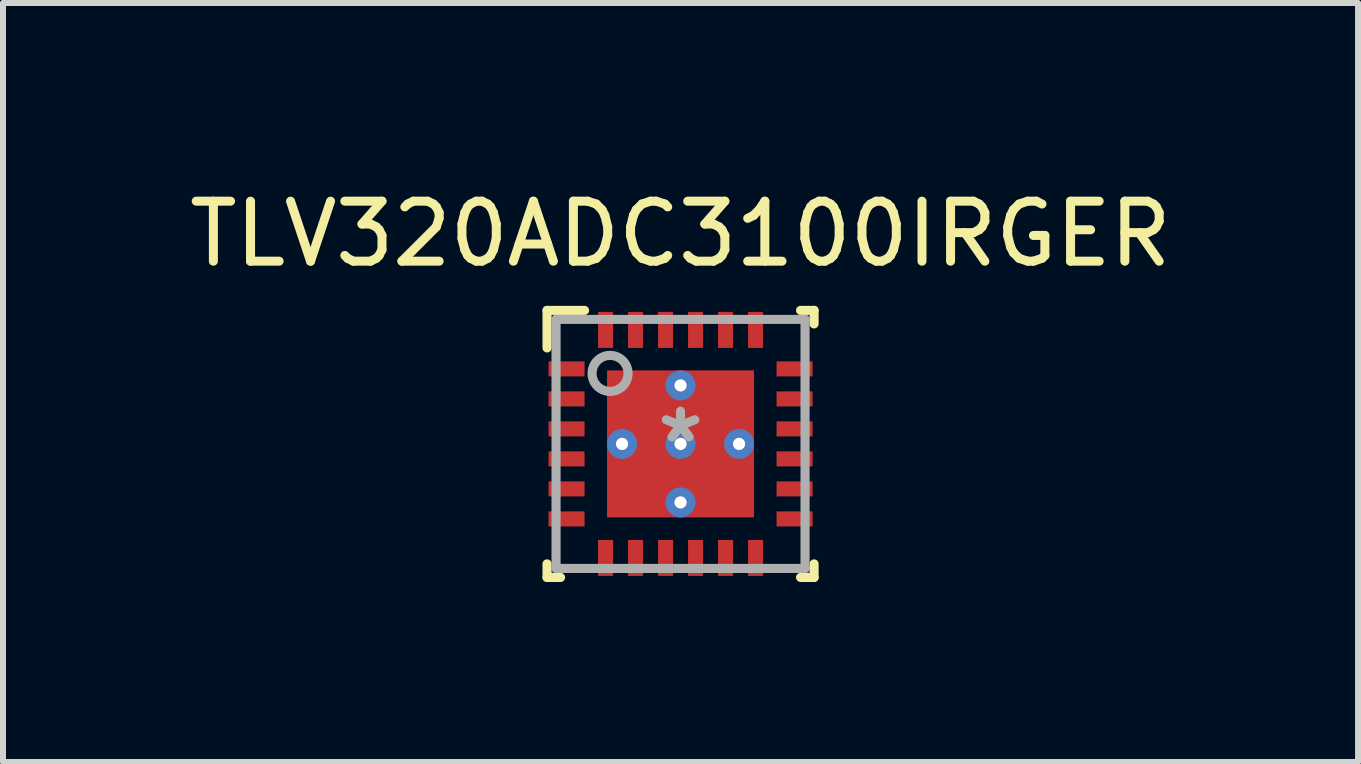
<source format=kicad_pcb>
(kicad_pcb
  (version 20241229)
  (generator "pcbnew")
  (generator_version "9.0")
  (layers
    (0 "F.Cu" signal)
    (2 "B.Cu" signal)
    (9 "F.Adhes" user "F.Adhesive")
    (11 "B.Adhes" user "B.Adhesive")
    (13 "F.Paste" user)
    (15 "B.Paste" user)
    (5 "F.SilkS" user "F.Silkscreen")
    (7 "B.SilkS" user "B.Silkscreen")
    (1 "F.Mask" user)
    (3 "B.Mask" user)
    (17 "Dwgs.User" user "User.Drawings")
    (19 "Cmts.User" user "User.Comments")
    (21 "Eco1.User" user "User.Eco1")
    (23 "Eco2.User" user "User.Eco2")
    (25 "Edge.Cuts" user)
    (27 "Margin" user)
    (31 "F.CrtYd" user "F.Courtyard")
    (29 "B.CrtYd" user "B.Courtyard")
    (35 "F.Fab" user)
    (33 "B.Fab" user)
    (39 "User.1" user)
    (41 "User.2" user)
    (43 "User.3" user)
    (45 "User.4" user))
  (footprint "TLV320ADC3100IRGER"
    (layer "F.Cu")
    (at 8.292 4.348)
    (property "Reference" "TLV320ADC3100IRGER" (at 0 -3.5 0) (layer "F.SilkS") (effects (font (size 1 1) (thickness 0.15))))
    (attr through_hole)
    (fp_line (start -2.225 -2.225) (end -1.6 -2.225) (stroke (width 0.152) (type solid)) (layer "F.SilkS"))
    (fp_line (start -2.225 -1.6) (end -2.225 -2.225) (stroke (width 0.152) (type solid)) (layer "F.SilkS"))
    (fp_line (start -2.225 2.225) (end -2.225 2) (stroke (width 0.152) (type solid)) (layer "F.SilkS"))
    (fp_line (start -2.225 2.225) (end -2 2.225) (stroke (width 0.152) (type solid)) (layer "F.SilkS"))
    (fp_line (start 2 -2.225) (end 2.225 -2.225) (stroke (width 0.152) (type solid)) (layer "F.SilkS"))
    (fp_line (start 2 2.225) (end 2.225 2.225) (stroke (width 0.152) (type solid)) (layer "F.SilkS"))
    (fp_line (start 2.225 -2) (end 2.225 -2.225) (stroke (width 0.152) (type solid)) (layer "F.SilkS"))
    (fp_line (start 2.225 2.225) (end 2.225 2) (stroke (width 0.152) (type solid)) (layer "F.SilkS"))
    (fp_line (start -1.18 -1.131) (end -1.179 -1.141) (stroke (width 0.152) (type solid)) (layer "F.Paste"))
    (fp_line (start -1.18 -0.149) (end -1.18 -1.131) (stroke (width 0.152) (type solid)) (layer "F.Paste"))
    (fp_line (start -1.18 0.149) (end -1.179 0.139) (stroke (width 0.152) (type solid)) (layer "F.Paste"))
    (fp_line (start -1.18 1.131) (end -1.18 0.149) (stroke (width 0.152) (type solid)) (layer "F.Paste"))
    (fp_line (start -1.179 -1.141) (end -1.176 -1.15) (stroke (width 0.152) (type solid)) (layer "F.Paste"))
    (fp_line (start -1.179 -0.139) (end -1.18 -0.149) (stroke (width 0.152) (type solid)) (layer "F.Paste"))
    (fp_line (start -1.179 0.139) (end -1.176 0.13) (stroke (width 0.152) (type solid)) (layer "F.Paste"))
    (fp_line (start -1.179 1.141) (end -1.18 1.131) (stroke (width 0.152) (type solid)) (layer "F.Paste"))
    (fp_line (start -1.176 -1.15) (end -1.172 -1.158) (stroke (width 0.152) (type solid)) (layer "F.Paste"))
    (fp_line (start -1.176 -0.13) (end -1.179 -0.139) (stroke (width 0.152) (type solid)) (layer "F.Paste"))
    (fp_line (start -1.176 0.13) (end -1.172 0.122) (stroke (width 0.152) (type solid)) (layer "F.Paste"))
    (fp_line (start -1.176 1.15) (end -1.179 1.141) (stroke (width 0.152) (type solid)) (layer "F.Paste"))
    (fp_line (start -1.172 -1.158) (end -1.166 -1.166) (stroke (width 0.152) (type solid)) (layer "F.Paste"))
    (fp_line (start -1.172 -0.122) (end -1.176 -0.13) (stroke (width 0.152) (type solid)) (layer "F.Paste"))
    (fp_line (start -1.172 0.122) (end -1.166 0.114) (stroke (width 0.152) (type solid)) (layer "F.Paste"))
    (fp_line (start -1.172 1.158) (end -1.176 1.15) (stroke (width 0.152) (type solid)) (layer "F.Paste"))
    (fp_line (start -1.166 -1.166) (end -1.158 -1.172) (stroke (width 0.152) (type solid)) (layer "F.Paste"))
    (fp_line (start -1.166 -0.114) (end -1.172 -0.122) (stroke (width 0.152) (type solid)) (layer "F.Paste"))
    (fp_line (start -1.166 0.114) (end -1.158 0.108) (stroke (width 0.152) (type solid)) (layer "F.Paste"))
    (fp_line (start -1.166 1.166) (end -1.172 1.158) (stroke (width 0.152) (type solid)) (layer "F.Paste"))
    (fp_line (start -1.158 -1.172) (end -1.15 -1.176) (stroke (width 0.152) (type solid)) (layer "F.Paste"))
    (fp_line (start -1.158 -0.108) (end -1.166 -0.114) (stroke (width 0.152) (type solid)) (layer "F.Paste"))
    (fp_line (start -1.158 0.108) (end -1.15 0.104) (stroke (width 0.152) (type solid)) (layer "F.Paste"))
    (fp_line (start -1.158 1.172) (end -1.166 1.166) (stroke (width 0.152) (type solid)) (layer "F.Paste"))
    (fp_line (start -1.15 -1.176) (end -1.141 -1.179) (stroke (width 0.152) (type solid)) (layer "F.Paste"))
    (fp_line (start -1.15 -0.104) (end -1.158 -0.108) (stroke (width 0.152) (type solid)) (layer "F.Paste"))
    (fp_line (start -1.15 0.104) (end -1.141 0.101) (stroke (width 0.152) (type solid)) (layer "F.Paste"))
    (fp_line (start -1.15 1.176) (end -1.158 1.172) (stroke (width 0.152) (type solid)) (layer "F.Paste"))
    (fp_line (start -1.141 -1.179) (end -1.131 -1.18) (stroke (width 0.152) (type solid)) (layer "F.Paste"))
    (fp_line (start -1.141 -0.101) (end -1.15 -0.104) (stroke (width 0.152) (type solid)) (layer "F.Paste"))
    (fp_line (start -1.141 0.101) (end -1.131 0.1) (stroke (width 0.152) (type solid)) (layer "F.Paste"))
    (fp_line (start -1.141 1.179) (end -1.15 1.176) (stroke (width 0.152) (type solid)) (layer "F.Paste"))
    (fp_line (start -1.131 -1.18) (end -0.149 -1.18) (stroke (width 0.152) (type solid)) (layer "F.Paste"))
    (fp_line (start -1.131 -0.1) (end -1.141 -0.101) (stroke (width 0.152) (type solid)) (layer "F.Paste"))
    (fp_line (start -1.131 0.1) (end -0.149 0.1) (stroke (width 0.152) (type solid)) (layer "F.Paste"))
    (fp_line (start -1.131 1.18) (end -1.141 1.179) (stroke (width 0.152) (type solid)) (layer "F.Paste"))
    (fp_line (start -0.149 -1.18) (end -0.139 -1.179) (stroke (width 0.152) (type solid)) (layer "F.Paste"))
    (fp_line (start -0.149 -0.1) (end -1.131 -0.1) (stroke (width 0.152) (type solid)) (layer "F.Paste"))
    (fp_line (start -0.149 0.1) (end -0.139 0.101) (stroke (width 0.152) (type solid)) (layer "F.Paste"))
    (fp_line (start -0.149 1.18) (end -1.131 1.18) (stroke (width 0.152) (type solid)) (layer "F.Paste"))
    (fp_line (start -0.139 -1.179) (end -0.13 -1.176) (stroke (width 0.152) (type solid)) (layer "F.Paste"))
    (fp_line (start -0.139 -0.101) (end -0.149 -0.1) (stroke (width 0.152) (type solid)) (layer "F.Paste"))
    (fp_line (start -0.139 0.101) (end -0.13 0.104) (stroke (width 0.152) (type solid)) (layer "F.Paste"))
    (fp_line (start -0.139 1.179) (end -0.149 1.18) (stroke (width 0.152) (type solid)) (layer "F.Paste"))
    (fp_line (start -0.13 -1.176) (end -0.122 -1.172) (stroke (width 0.152) (type solid)) (layer "F.Paste"))
    (fp_line (start -0.13 -0.104) (end -0.139 -0.101) (stroke (width 0.152) (type solid)) (layer "F.Paste"))
    (fp_line (start -0.13 0.104) (end -0.122 0.108) (stroke (width 0.152) (type solid)) (layer "F.Paste"))
    (fp_line (start -0.13 1.176) (end -0.139 1.179) (stroke (width 0.152) (type solid)) (layer "F.Paste"))
    (fp_line (start -0.122 -1.172) (end -0.114 -1.166) (stroke (width 0.152) (type solid)) (layer "F.Paste"))
    (fp_line (start -0.122 -0.108) (end -0.13 -0.104) (stroke (width 0.152) (type solid)) (layer "F.Paste"))
    (fp_line (start -0.122 0.108) (end -0.114 0.114) (stroke (width 0.152) (type solid)) (layer "F.Paste"))
    (fp_line (start -0.122 1.172) (end -0.13 1.176) (stroke (width 0.152) (type solid)) (layer "F.Paste"))
    (fp_line (start -0.114 -1.166) (end -0.108 -1.158) (stroke (width 0.152) (type solid)) (layer "F.Paste"))
    (fp_line (start -0.114 -0.114) (end -0.122 -0.108) (stroke (width 0.152) (type solid)) (layer "F.Paste"))
    (fp_line (start -0.114 0.114) (end -0.108 0.122) (stroke (width 0.152) (type solid)) (layer "F.Paste"))
    (fp_line (start -0.114 1.166) (end -0.122 1.172) (stroke (width 0.152) (type solid)) (layer "F.Paste"))
    (fp_line (start -0.108 -1.158) (end -0.104 -1.15) (stroke (width 0.152) (type solid)) (layer "F.Paste"))
    (fp_line (start -0.108 -0.122) (end -0.114 -0.114) (stroke (width 0.152) (type solid)) (layer "F.Paste"))
    (fp_line (start -0.108 0.122) (end -0.104 0.13) (stroke (width 0.152) (type solid)) (layer "F.Paste"))
    (fp_line (start -0.108 1.158) (end -0.114 1.166) (stroke (width 0.152) (type solid)) (layer "F.Paste"))
    (fp_line (start -0.104 -1.15) (end -0.101 -1.141) (stroke (width 0.152) (type solid)) (layer "F.Paste"))
    (fp_line (start -0.104 -0.13) (end -0.108 -0.122) (stroke (width 0.152) (type solid)) (layer "F.Paste"))
    (fp_line (start -0.104 0.13) (end -0.101 0.139) (stroke (width 0.152) (type solid)) (layer "F.Paste"))
    (fp_line (start -0.104 1.15) (end -0.108 1.158) (stroke (width 0.152) (type solid)) (layer "F.Paste"))
    (fp_line (start -0.101 -1.141) (end -0.1 -1.131) (stroke (width 0.152) (type solid)) (layer "F.Paste"))
    (fp_line (start -0.101 -0.139) (end -0.104 -0.13) (stroke (width 0.152) (type solid)) (layer "F.Paste"))
    (fp_line (start -0.101 0.139) (end -0.1 0.149) (stroke (width 0.152) (type solid)) (layer "F.Paste"))
    (fp_line (start -0.101 1.141) (end -0.104 1.15) (stroke (width 0.152) (type solid)) (layer "F.Paste"))
    (fp_line (start -0.1 -1.131) (end -0.1 -0.149) (stroke (width 0.152) (type solid)) (layer "F.Paste"))
    (fp_line (start -0.1 -0.149) (end -0.101 -0.139) (stroke (width 0.152) (type solid)) (layer "F.Paste"))
    (fp_line (start -0.1 0.149) (end -0.1 1.131) (stroke (width 0.152) (type solid)) (layer "F.Paste"))
    (fp_line (start -0.1 1.131) (end -0.101 1.141) (stroke (width 0.152) (type solid)) (layer "F.Paste"))
    (fp_line (start 0.1 -1.131) (end 0.101 -1.141) (stroke (width 0.152) (type solid)) (layer "F.Paste"))
    (fp_line (start 0.1 -0.149) (end 0.1 -1.131) (stroke (width 0.152) (type solid)) (layer "F.Paste"))
    (fp_line (start 0.1 0.149) (end 0.101 0.139) (stroke (width 0.152) (type solid)) (layer "F.Paste"))
    (fp_line (start 0.1 1.131) (end 0.1 0.149) (stroke (width 0.152) (type solid)) (layer "F.Paste"))
    (fp_line (start 0.101 -1.141) (end 0.104 -1.15) (stroke (width 0.152) (type solid)) (layer "F.Paste"))
    (fp_line (start 0.101 -0.139) (end 0.1 -0.149) (stroke (width 0.152) (type solid)) (layer "F.Paste"))
    (fp_line (start 0.101 0.139) (end 0.104 0.13) (stroke (width 0.152) (type solid)) (layer "F.Paste"))
    (fp_line (start 0.101 1.141) (end 0.1 1.131) (stroke (width 0.152) (type solid)) (layer "F.Paste"))
    (fp_line (start 0.104 -1.15) (end 0.108 -1.158) (stroke (width 0.152) (type solid)) (layer "F.Paste"))
    (fp_line (start 0.104 -0.13) (end 0.101 -0.139) (stroke (width 0.152) (type solid)) (layer "F.Paste"))
    (fp_line (start 0.104 0.13) (end 0.108 0.122) (stroke (width 0.152) (type solid)) (layer "F.Paste"))
    (fp_line (start 0.104 1.15) (end 0.101 1.141) (stroke (width 0.152) (type solid)) (layer "F.Paste"))
    (fp_line (start 0.108 -1.158) (end 0.114 -1.166) (stroke (width 0.152) (type solid)) (layer "F.Paste"))
    (fp_line (start 0.108 -0.122) (end 0.104 -0.13) (stroke (width 0.152) (type solid)) (layer "F.Paste"))
    (fp_line (start 0.108 0.122) (end 0.114 0.114) (stroke (width 0.152) (type solid)) (layer "F.Paste"))
    (fp_line (start 0.108 1.158) (end 0.104 1.15) (stroke (width 0.152) (type solid)) (layer "F.Paste"))
    (fp_line (start 0.114 -1.166) (end 0.122 -1.172) (stroke (width 0.152) (type solid)) (layer "F.Paste"))
    (fp_line (start 0.114 -0.114) (end 0.108 -0.122) (stroke (width 0.152) (type solid)) (layer "F.Paste"))
    (fp_line (start 0.114 0.114) (end 0.122 0.108) (stroke (width 0.152) (type solid)) (layer "F.Paste"))
    (fp_line (start 0.114 1.166) (end 0.108 1.158) (stroke (width 0.152) (type solid)) (layer "F.Paste"))
    (fp_line (start 0.122 -1.172) (end 0.13 -1.176) (stroke (width 0.152) (type solid)) (layer "F.Paste"))
    (fp_line (start 0.122 -0.108) (end 0.114 -0.114) (stroke (width 0.152) (type solid)) (layer "F.Paste"))
    (fp_line (start 0.122 0.108) (end 0.13 0.104) (stroke (width 0.152) (type solid)) (layer "F.Paste"))
    (fp_line (start 0.122 1.172) (end 0.114 1.166) (stroke (width 0.152) (type solid)) (layer "F.Paste"))
    (fp_line (start 0.13 -1.176) (end 0.139 -1.179) (stroke (width 0.152) (type solid)) (layer "F.Paste"))
    (fp_line (start 0.13 -0.104) (end 0.122 -0.108) (stroke (width 0.152) (type solid)) (layer "F.Paste"))
    (fp_line (start 0.13 0.104) (end 0.139 0.101) (stroke (width 0.152) (type solid)) (layer "F.Paste"))
    (fp_line (start 0.13 1.176) (end 0.122 1.172) (stroke (width 0.152) (type solid)) (layer "F.Paste"))
    (fp_line (start 0.139 -1.179) (end 0.149 -1.18) (stroke (width 0.152) (type solid)) (layer "F.Paste"))
    (fp_line (start 0.139 -0.101) (end 0.13 -0.104) (stroke (width 0.152) (type solid)) (layer "F.Paste"))
    (fp_line (start 0.139 0.101) (end 0.149 0.1) (stroke (width 0.152) (type solid)) (layer "F.Paste"))
    (fp_line (start 0.139 1.179) (end 0.13 1.176) (stroke (width 0.152) (type solid)) (layer "F.Paste"))
    (fp_line (start 0.149 -1.18) (end 1.131 -1.18) (stroke (width 0.152) (type solid)) (layer "F.Paste"))
    (fp_line (start 0.149 -0.1) (end 0.139 -0.101) (stroke (width 0.152) (type solid)) (layer "F.Paste"))
    (fp_line (start 0.149 0.1) (end 1.131 0.1) (stroke (width 0.152) (type solid)) (layer "F.Paste"))
    (fp_line (start 0.149 1.18) (end 0.139 1.179) (stroke (width 0.152) (type solid)) (layer "F.Paste"))
    (fp_line (start 1.131 -1.18) (end 1.141 -1.179) (stroke (width 0.152) (type solid)) (layer "F.Paste"))
    (fp_line (start 1.131 -0.1) (end 0.149 -0.1) (stroke (width 0.152) (type solid)) (layer "F.Paste"))
    (fp_line (start 1.131 0.1) (end 1.141 0.101) (stroke (width 0.152) (type solid)) (layer "F.Paste"))
    (fp_line (start 1.131 1.18) (end 0.149 1.18) (stroke (width 0.152) (type solid)) (layer "F.Paste"))
    (fp_line (start 1.141 -1.179) (end 1.15 -1.176) (stroke (width 0.152) (type solid)) (layer "F.Paste"))
    (fp_line (start 1.141 -0.101) (end 1.131 -0.1) (stroke (width 0.152) (type solid)) (layer "F.Paste"))
    (fp_line (start 1.141 0.101) (end 1.15 0.104) (stroke (width 0.152) (type solid)) (layer "F.Paste"))
    (fp_line (start 1.141 1.179) (end 1.131 1.18) (stroke (width 0.152) (type solid)) (layer "F.Paste"))
    (fp_line (start 1.15 -1.176) (end 1.158 -1.172) (stroke (width 0.152) (type solid)) (layer "F.Paste"))
    (fp_line (start 1.15 -0.104) (end 1.141 -0.101) (stroke (width 0.152) (type solid)) (layer "F.Paste"))
    (fp_line (start 1.15 0.104) (end 1.158 0.108) (stroke (width 0.152) (type solid)) (layer "F.Paste"))
    (fp_line (start 1.15 1.176) (end 1.141 1.179) (stroke (width 0.152) (type solid)) (layer "F.Paste"))
    (fp_line (start 1.158 -1.172) (end 1.166 -1.166) (stroke (width 0.152) (type solid)) (layer "F.Paste"))
    (fp_line (start 1.158 -0.108) (end 1.15 -0.104) (stroke (width 0.152) (type solid)) (layer "F.Paste"))
    (fp_line (start 1.158 0.108) (end 1.166 0.114) (stroke (width 0.152) (type solid)) (layer "F.Paste"))
    (fp_line (start 1.158 1.172) (end 1.15 1.176) (stroke (width 0.152) (type solid)) (layer "F.Paste"))
    (fp_line (start 1.166 -1.166) (end 1.172 -1.158) (stroke (width 0.152) (type solid)) (layer "F.Paste"))
    (fp_line (start 1.166 -0.114) (end 1.158 -0.108) (stroke (width 0.152) (type solid)) (layer "F.Paste"))
    (fp_line (start 1.166 0.114) (end 1.172 0.122) (stroke (width 0.152) (type solid)) (layer "F.Paste"))
    (fp_line (start 1.166 1.166) (end 1.158 1.172) (stroke (width 0.152) (type solid)) (layer "F.Paste"))
    (fp_line (start 1.172 -1.158) (end 1.176 -1.15) (stroke (width 0.152) (type solid)) (layer "F.Paste"))
    (fp_line (start 1.172 -0.122) (end 1.166 -0.114) (stroke (width 0.152) (type solid)) (layer "F.Paste"))
    (fp_line (start 1.172 0.122) (end 1.176 0.13) (stroke (width 0.152) (type solid)) (layer "F.Paste"))
    (fp_line (start 1.172 1.158) (end 1.166 1.166) (stroke (width 0.152) (type solid)) (layer "F.Paste"))
    (fp_line (start 1.176 -1.15) (end 1.179 -1.141) (stroke (width 0.152) (type solid)) (layer "F.Paste"))
    (fp_line (start 1.176 -0.13) (end 1.172 -0.122) (stroke (width 0.152) (type solid)) (layer "F.Paste"))
    (fp_line (start 1.176 0.13) (end 1.179 0.139) (stroke (width 0.152) (type solid)) (layer "F.Paste"))
    (fp_line (start 1.176 1.15) (end 1.172 1.158) (stroke (width 0.152) (type solid)) (layer "F.Paste"))
    (fp_line (start 1.179 -1.141) (end 1.18 -1.131) (stroke (width 0.152) (type solid)) (layer "F.Paste"))
    (fp_line (start 1.179 -0.139) (end 1.176 -0.13) (stroke (width 0.152) (type solid)) (layer "F.Paste"))
    (fp_line (start 1.179 0.139) (end 1.18 0.149) (stroke (width 0.152) (type solid)) (layer "F.Paste"))
    (fp_line (start 1.179 1.141) (end 1.176 1.15) (stroke (width 0.152) (type solid)) (layer "F.Paste"))
    (fp_line (start 1.18 -1.131) (end 1.18 -0.149) (stroke (width 0.152) (type solid)) (layer "F.Paste"))
    (fp_line (start 1.18 -0.149) (end 1.179 -0.139) (stroke (width 0.152) (type solid)) (layer "F.Paste"))
    (fp_line (start 1.18 0.149) (end 1.18 1.131) (stroke (width 0.152) (type solid)) (layer "F.Paste"))
    (fp_line (start 1.18 1.131) (end 1.179 1.141) (stroke (width 0.152) (type solid)) (layer "F.Paste"))
    (fp_line (start -2.075 -2.075) (end 2.075 -2.075) (stroke (width 0.152) (type solid)) (layer "F.Fab"))
    (fp_line (start -2.075 2.075) (end -2.075 -2.075) (stroke (width 0.152) (type solid)) (layer "F.Fab"))
    (fp_line (start -2.075 2.075) (end 2.075 2.075) (stroke (width 0.152) (type solid)) (layer "F.Fab"))
    (fp_line (start 2.075 2.075) (end 2.075 -2.075) (stroke (width 0.152) (type solid)) (layer "F.Fab"))
    (fp_circle (center -1.175 -1.175) (end -0.875 -1.175) (stroke (width 0.152) (type solid)) (fill no) (layer "F.Fab"))
    (fp_text user "*" (at 0 0 0) (layer "F.Fab") (effects (font (size 1 1) (thickness 0.15))))
    (pad "1" smd rect (at -1.9 -1.25 90) (size 0.25 0.6) (layers "F.Cu" "F.Mask" "F.Paste"))
    (pad "2" smd rect (at -1.9 -0.75 90) (size 0.25 0.6) (layers "F.Cu" "F.Mask" "F.Paste"))
    (pad "3" smd rect (at -1.9 -0.25 90) (size 0.25 0.6) (layers "F.Cu" "F.Mask" "F.Paste"))
    (pad "4" smd rect (at -1.9 0.25 90) (size 0.25 0.6) (layers "F.Cu" "F.Mask" "F.Paste"))
    (pad "5" smd rect (at -1.9 0.75 90) (size 0.25 0.6) (layers "F.Cu" "F.Mask" "F.Paste"))
    (pad "6" smd rect (at -1.9 1.25 90) (size 0.25 0.6) (layers "F.Cu" "F.Mask" "F.Paste"))
    (pad "7" smd rect (at -1.25 1.9) (size 0.25 0.6) (layers "F.Cu" "F.Mask" "F.Paste"))
    (pad "8" smd rect (at -0.75 1.9) (size 0.25 0.6) (layers "F.Cu" "F.Mask" "F.Paste"))
    (pad "9" smd rect (at -0.25 1.9) (size 0.25 0.6) (layers "F.Cu" "F.Mask" "F.Paste"))
    (pad "10" smd rect (at 0.25 1.9) (size 0.25 0.6) (layers "F.Cu" "F.Mask" "F.Paste"))
    (pad "11" smd rect (at 0.75 1.9) (size 0.25 0.6) (layers "F.Cu" "F.Mask" "F.Paste"))
    (pad "12" smd rect (at 1.25 1.9) (size 0.25 0.6) (layers "F.Cu" "F.Mask" "F.Paste"))
    (pad "13" smd rect (at 1.9 1.25 90) (size 0.25 0.6) (layers "F.Cu" "F.Mask" "F.Paste"))
    (pad "14" smd rect (at 1.9 0.75 90) (size 0.25 0.6) (layers "F.Cu" "F.Mask" "F.Paste"))
    (pad "15" smd rect (at 1.9 0.25 90) (size 0.25 0.6) (layers "F.Cu" "F.Mask" "F.Paste"))
    (pad "16" smd rect (at 1.9 -0.25 90) (size 0.25 0.6) (layers "F.Cu" "F.Mask" "F.Paste"))
    (pad "17" smd rect (at 1.9 -0.75 90) (size 0.25 0.6) (layers "F.Cu" "F.Mask" "F.Paste"))
    (pad "18" smd rect (at 1.9 -1.25 90) (size 0.25 0.6) (layers "F.Cu" "F.Mask" "F.Paste"))
    (pad "19" smd rect (at 1.25 -1.9) (size 0.25 0.6) (layers "F.Cu" "F.Mask" "F.Paste"))
    (pad "20" smd rect (at 0.75 -1.9) (size 0.25 0.6) (layers "F.Cu" "F.Mask" "F.Paste"))
    (pad "21" smd rect (at 0.25 -1.9) (size 0.25 0.6) (layers "F.Cu" "F.Mask" "F.Paste"))
    (pad "22" smd rect (at -0.25 -1.9) (size 0.25 0.6) (layers "F.Cu" "F.Mask" "F.Paste"))
    (pad "23" smd rect (at -0.75 -1.9) (size 0.25 0.6) (layers "F.Cu" "F.Mask" "F.Paste"))
    (pad "24" smd rect (at -1.25 -1.9) (size 0.25 0.6) (layers "F.Cu" "F.Mask" "F.Paste"))
    (pad "25" smd rect (at 0 0) (size 2.45 2.45) (layers "F.Cu" "F.Mask" "F.Paste"))
    (pad "V" thru_hole circle (at -0.975 0) (size 0.5 0.5) (drill 0.203) (layers "*.Cu" "*.Mask"))
    (pad "V" thru_hole circle (at 0 -0.975) (size 0.5 0.5) (drill 0.203) (layers "*.Cu" "*.Mask"))
    (pad "V" thru_hole circle (at 0 0) (size 0.5 0.5) (drill 0.203) (layers "*.Cu" "*.Mask"))
    (pad "V" thru_hole circle (at 0 0.975) (size 0.5 0.5) (drill 0.203) (layers "*.Cu" "*.Mask"))
    (pad "V" thru_hole circle (at 0.975 0) (size 0.5 0.5) (drill 0.203) (layers "*.Cu" "*.Mask")))
  (gr_rect
    (start -3 -3)
    (end 19.583 9.649)
    (stroke (width 0.1) (type default))
    (fill no)
    (layer "Edge.Cuts")))
</source>
